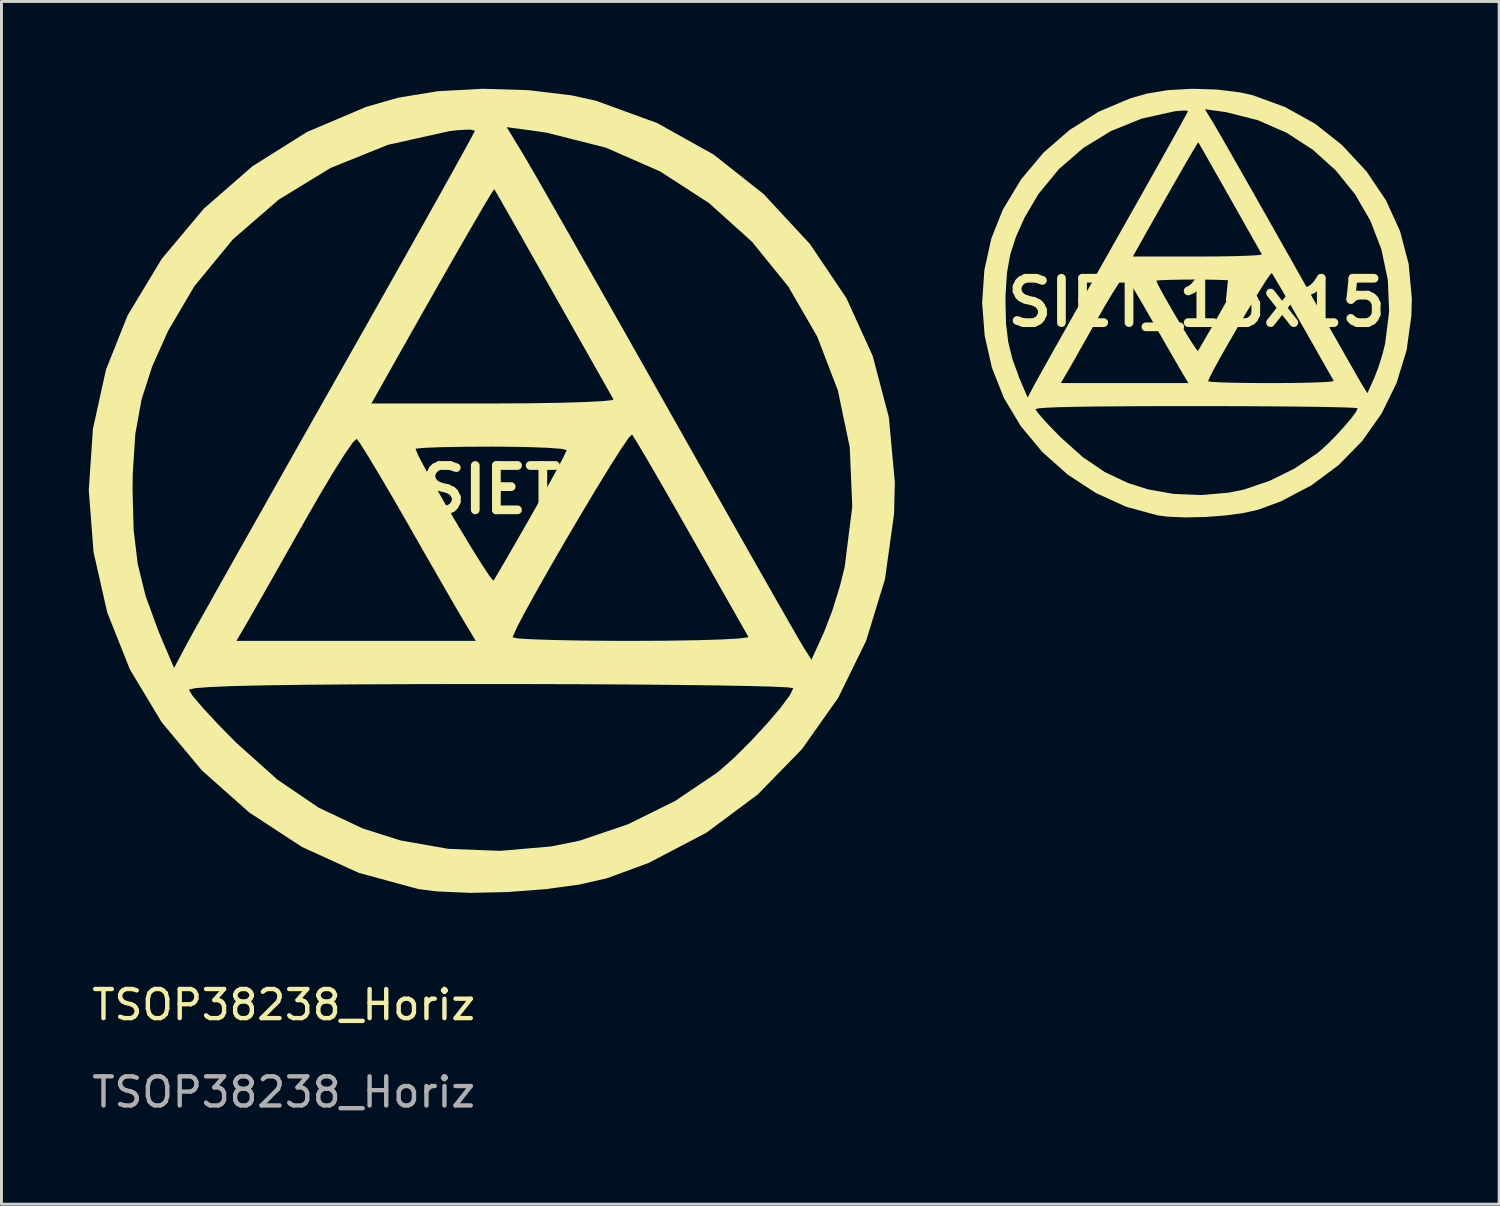
<source format=kicad_pcb>
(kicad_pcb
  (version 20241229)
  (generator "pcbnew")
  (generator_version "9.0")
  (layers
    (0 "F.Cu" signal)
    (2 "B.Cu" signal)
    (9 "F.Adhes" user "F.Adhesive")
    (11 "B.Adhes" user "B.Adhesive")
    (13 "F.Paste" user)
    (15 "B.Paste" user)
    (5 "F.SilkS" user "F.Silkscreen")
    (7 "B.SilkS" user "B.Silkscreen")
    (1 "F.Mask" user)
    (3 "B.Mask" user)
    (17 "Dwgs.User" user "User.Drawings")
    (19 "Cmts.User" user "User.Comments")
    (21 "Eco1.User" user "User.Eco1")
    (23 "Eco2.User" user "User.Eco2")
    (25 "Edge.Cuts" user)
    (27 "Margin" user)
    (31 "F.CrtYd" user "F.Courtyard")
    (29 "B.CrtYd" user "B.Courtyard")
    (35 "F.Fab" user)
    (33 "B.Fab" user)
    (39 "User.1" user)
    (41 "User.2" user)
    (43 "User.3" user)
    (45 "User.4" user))
  (footprint "SIET_15x15"
    (layer "F.Cu")
    (at 38.063 7.345)
    (property "Reference" "SIET_15x15" (at 0 0 0) (layer "F.SilkS") (effects (font (size 1.524 1.524) (thickness 0.3))))
    (attr board_only exclude_from_pos_files exclude_from_bom)
    (fp_poly (pts (xy 0.688 -7.319) (xy 1.479 -7.223) (xy 1.922 -7.125) (xy 3.04 -6.717) (xy 4.076 -6.14) (xy 4.992 -5.416) (xy 5.841 -4.501) (xy 6.507 -3.512) (xy 6.989 -2.453) (xy 7.285 -1.329) (xy 7.394 -0.142) (xy 7.38 0.443) (xy 7.214 1.639) (xy 6.869 2.766) (xy 6.358 3.809) (xy 5.692 4.752) (xy 4.884 5.58) (xy 3.945 6.279) (xy 2.888 6.833) (xy 2.125 7.114) (xy 1.624 7.229) (xy 0.995 7.315) (xy 0.304 7.367) (xy -0.38 7.383) (xy -0.991 7.357) (xy -1.334 7.313) (xy -2.422 7.016) (xy -3.462 6.543) (xy -4.428 5.912) (xy -5.294 5.143) (xy -6.035 4.255) (xy -6.39 3.665) (xy -5.535 3.665) (xy -5.468 3.772) (xy -5.287 3.986) (xy -5.018 4.276) (xy -4.689 4.613) (xy -4.67 4.631) (xy -3.913 5.309) (xy -3.157 5.823) (xy -2.356 6.201) (xy -1.659 6.422) (xy -0.782 6.576) (xy 0.167 6.613) (xy 1.102 6.532) (xy 1.62 6.427) (xy 2.504 6.127) (xy 3.371 5.699) (xy 4.136 5.183) (xy 4.203 5.129) (xy 4.472 4.889) (xy 4.767 4.593) (xy 5.056 4.28) (xy 5.303 3.99) (xy 5.474 3.76) (xy 5.535 3.633) (xy 5.439 3.619) (xy 5.163 3.606) (xy 4.725 3.594) (xy 4.142 3.583) (xy 3.432 3.574) (xy 2.613 3.567) (xy 1.703 3.562) (xy 0.718 3.559) (xy 0 3.558) (xy -1.313 3.559) (xy -2.435 3.564) (xy -3.373 3.571) (xy -4.133 3.581) (xy -4.721 3.595) (xy -5.146 3.612) (xy -5.413 3.633) (xy -5.528 3.657) (xy -5.535 3.665) (xy -6.39 3.665) (xy -6.617 3.287) (xy -7.031 2.246) (xy -7.281 1.142) (xy -7.369 0.009) (xy -7.368 0) (xy -6.567 0) (xy -6.547 0.734) (xy -6.473 1.355) (xy -6.328 1.944) (xy -6.096 2.581) (xy -6.007 2.793) (xy -5.806 3.263) (xy -5.559 2.799) (xy -5.542 2.767) (xy -4.665 2.767) (xy -0.28 2.767) (xy -0.319 2.704) (xy 0.395 2.704) (xy 0.489 2.722) (xy 0.753 2.739) (xy 1.158 2.752) (xy 1.676 2.762) (xy 2.279 2.767) (xy 2.575 2.767) (xy 3.205 2.764) (xy 3.759 2.755) (xy 4.211 2.741) (xy 4.533 2.724) (xy 4.697 2.704) (xy 4.712 2.693) (xy 4.652 2.588) (xy 4.51 2.338) (xy 4.301 1.97) (xy 4.04 1.51) (xy 3.742 0.984) (xy 3.66 0.84) (xy 3.353 0.302) (xy 3.077 -0.178) (xy 2.847 -0.574) (xy 2.679 -0.857) (xy 2.589 -1.002) (xy 2.58 -1.014) (xy 2.518 -0.95) (xy 2.377 -0.743) (xy 2.174 -0.423) (xy 1.926 -0.018) (xy 1.651 0.44) (xy 1.366 0.924) (xy 1.089 1.403) (xy 0.836 1.848) (xy 0.626 2.229) (xy 0.474 2.517) (xy 0.4 2.682) (xy 0.395 2.704) (xy -0.319 2.704) (xy -0.475 2.446) (xy -0.587 2.255) (xy -0.777 1.927) (xy -1.024 1.499) (xy -1.306 1.007) (xy -1.528 0.619) (xy -1.811 0.127) (xy -2.063 -0.303) (xy -2.268 -0.642) (xy -2.336 -0.749) (xy -1.384 -0.749) (xy -1.337 -0.636) (xy -1.213 -0.398) (xy -1.031 -0.074) (xy -0.815 0.301) (xy -0.584 0.691) (xy -0.362 1.059) (xy -0.169 1.368) (xy -0.027 1.582) (xy 0.042 1.665) (xy 0.044 1.664) (xy 0.101 1.571) (xy 0.237 1.338) (xy 0.433 0.999) (xy 0.669 0.587) (xy 0.728 0.484) (xy 0.97 0.056) (xy 1.172 -0.309) (xy 1.315 -0.578) (xy 1.381 -0.717) (xy 1.384 -0.727) (xy 1.291 -0.75) (xy 1.035 -0.769) (xy 0.653 -0.783) (xy 0.18 -0.79) (xy 0 -0.791) (xy -0.497 -0.788) (xy -0.915 -0.78) (xy -1.219 -0.769) (xy -1.372 -0.754) (xy -1.384 -0.749) (xy -2.336 -0.749) (xy -2.408 -0.862) (xy -2.462 -0.934) (xy -2.532 -0.867) (xy -2.681 -0.653) (xy -2.892 -0.319) (xy -3.148 0.109) (xy -3.413 0.572) (xy -3.709 1.097) (xy -3.985 1.583) (xy -4.219 1.997) (xy -4.393 2.302) (xy -4.477 2.446) (xy -4.665 2.767) (xy -5.542 2.767) (xy -5.463 2.623) (xy -5.279 2.294) (xy -5.019 1.829) (xy -4.692 1.247) (xy -4.308 0.567) (xy -3.879 -0.193) (xy -3.415 -1.015) (xy -3.094 -1.581) (xy -2.191 -1.581) (xy 0.047 -1.581) (xy 0.685 -1.584) (xy 1.249 -1.593) (xy 1.71 -1.607) (xy 2.043 -1.624) (xy 2.221 -1.644) (xy 2.242 -1.655) (xy 2.182 -1.76) (xy 2.041 -2.01) (xy 1.831 -2.381) (xy 1.568 -2.846) (xy 1.267 -3.379) (xy 1.137 -3.607) (xy 0.827 -4.157) (xy 0.55 -4.644) (xy 0.322 -5.046) (xy 0.157 -5.335) (xy 0.069 -5.489) (xy 0.058 -5.506) (xy 0.006 -5.43) (xy -0.132 -5.201) (xy -0.344 -4.838) (xy -0.618 -4.361) (xy -0.945 -3.79) (xy -1.312 -3.143) (xy -1.709 -2.44) (xy -1.955 -2.001) (xy -2.191 -1.581) (xy -3.094 -1.581) (xy -2.925 -1.88) (xy -2.804 -2.093) (xy -2.32 -2.95) (xy -1.866 -3.754) (xy -1.453 -4.489) (xy -1.088 -5.14) (xy -0.781 -5.689) (xy -0.542 -6.12) (xy -0.379 -6.418) (xy -0.302 -6.565) (xy -0.296 -6.578) (xy -0.384 -6.598) (xy -0.607 -6.587) (xy -0.766 -6.569) (xy -1.891 -6.318) (xy -2.939 -5.895) (xy -3.891 -5.314) (xy -4.73 -4.586) (xy -5.437 -3.726) (xy -5.913 -2.916) (xy -6.207 -2.26) (xy -6.403 -1.652) (xy -6.516 -1.022) (xy -6.563 -0.295) (xy -6.567 0) (xy -7.368 0) (xy -7.293 -1.117) (xy -7.053 -2.202) (xy -6.658 -3.193) (xy -6.031 -4.232) (xy -5.263 -5.148) (xy -4.371 -5.926) (xy -3.373 -6.553) (xy -3.164 -6.642) (xy 0.286 -6.642) (xy 0.578 -6.162) (xy 0.685 -5.98) (xy 0.878 -5.645) (xy 1.147 -5.176) (xy 1.479 -4.593) (xy 1.865 -3.914) (xy 2.293 -3.159) (xy 2.752 -2.348) (xy 3.213 -1.532) (xy 3.686 -0.694) (xy 4.133 0.097) (xy 4.545 0.823) (xy 4.911 1.468) (xy 5.221 2.012) (xy 5.464 2.439) (xy 5.631 2.729) (xy 5.711 2.865) (xy 5.712 2.866) (xy 5.868 3.113) (xy 6.1 2.6) (xy 6.248 2.217) (xy 6.391 1.755) (xy 6.476 1.414) (xy 6.615 0.306) (xy 6.569 -0.779) (xy 6.35 -1.823) (xy 5.971 -2.81) (xy 5.443 -3.721) (xy 4.781 -4.54) (xy 3.994 -5.249) (xy 3.097 -5.83) (xy 2.102 -6.266) (xy 1.02 -6.54) (xy 0.81 -6.571) (xy 0.286 -6.642) (xy -3.164 -6.642) (xy -2.287 -7.014) (xy -1.703 -7.181) (xy -0.981 -7.299) (xy -0.158 -7.345)) (stroke (width 0) (type solid)) (fill yes) (layer "F.SilkS")))
  (footprint "TSOP38238_Horiz"
    (layer "F.Cu")
    (at 6.696 31.975)
    (property "Reference" "TSOP38238_Horiz" (at 0 -0.5 0) (unlocked yes) (layer "F.SilkS") (effects (font (size 1 1) (thickness 0.15))))
    (attr smd)
    (fp_text user "${REFERENCE}" (at 0 2.5 0) (unlocked yes) (layer "F.Fab") (effects (font (size 1 1) (thickness 0.15)))))
  (footprint "SIET"
    (layer "F.Cu")
    (at 13.823 13.778)
    (property "Reference" "SIET" (at 0 0 0) (layer "F.SilkS") (effects (font (size 1.524 1.524) (thickness 0.3))))
    (attr board_only exclude_from_pos_files exclude_from_bom)
    (fp_poly (pts (xy 1.291 -13.73) (xy 2.774 -13.55) (xy 3.605 -13.366) (xy 5.704 -12.601) (xy 7.646 -11.518) (xy 9.365 -10.159) (xy 10.956 -8.443) (xy 12.206 -6.588) (xy 13.11 -4.602) (xy 13.666 -2.492) (xy 13.871 -0.266) (xy 13.845 0.831) (xy 13.532 3.075) (xy 12.885 5.189) (xy 11.927 7.145) (xy 10.678 8.914) (xy 9.162 10.468) (xy 7.401 11.779) (xy 5.417 12.818) (xy 3.986 13.345) (xy 3.046 13.561) (xy 1.866 13.722) (xy 0.57 13.82) (xy -0.713 13.849) (xy -1.858 13.8) (xy -2.503 13.718) (xy -4.544 13.162) (xy -6.494 12.274) (xy -8.306 11.09) (xy -9.931 9.648) (xy -11.321 7.983) (xy -11.987 6.875) (xy -10.382 6.875) (xy -10.258 7.076) (xy -9.917 7.477) (xy -9.413 8.022) (xy -8.795 8.653) (xy -8.76 8.688) (xy -7.34 9.959) (xy -5.923 10.923) (xy -4.42 11.632) (xy -3.112 12.048) (xy -1.467 12.337) (xy 0.314 12.405) (xy 2.068 12.253) (xy 3.039 12.056) (xy 4.698 11.494) (xy 6.324 10.69) (xy 7.759 9.723) (xy 7.884 9.622) (xy 8.388 9.171) (xy 8.943 8.616) (xy 9.484 8.03) (xy 9.948 7.485) (xy 10.268 7.054) (xy 10.382 6.815) (xy 10.203 6.789) (xy 9.685 6.764) (xy 8.863 6.742) (xy 7.77 6.722) (xy 6.438 6.705) (xy 4.902 6.691) (xy 3.194 6.681) (xy 1.347 6.676) (xy 0 6.674) (xy -2.463 6.677) (xy -4.568 6.685) (xy -6.327 6.699) (xy -7.752 6.718) (xy -8.857 6.744) (xy -9.653 6.776) (xy -10.154 6.815) (xy -10.371 6.86) (xy -10.382 6.875) (xy -11.987 6.875) (xy -12.413 6.166) (xy -13.189 4.213) (xy -13.659 2.142) (xy -13.823 0.017) (xy -13.822 0) (xy -12.319 0) (xy -12.282 1.377) (xy -12.143 2.543) (xy -11.871 3.647) (xy -11.435 4.842) (xy -11.269 5.239) (xy -10.892 6.12) (xy -10.429 5.25) (xy -10.396 5.191) (xy -8.75 5.191) (xy -0.526 5.191) (xy -0.598 5.072) (xy 0.742 5.072) (xy 0.918 5.107) (xy 1.413 5.137) (xy 2.172 5.162) (xy 3.144 5.181) (xy 4.276 5.19) (xy 4.831 5.191) (xy 6.012 5.185) (xy 7.052 5.169) (xy 7.899 5.143) (xy 8.503 5.11) (xy 8.811 5.072) (xy 8.839 5.052) (xy 8.727 4.856) (xy 8.461 4.387) (xy 8.068 3.695) (xy 7.578 2.832) (xy 7.019 1.846) (xy 6.866 1.576) (xy 6.29 0.566) (xy 5.773 -0.335) (xy 5.342 -1.076) (xy 5.026 -1.608) (xy 4.856 -1.88) (xy 4.84 -1.902) (xy 4.724 -1.782) (xy 4.459 -1.394) (xy 4.078 -0.793) (xy 3.613 -0.034) (xy 3.098 0.826) (xy 2.563 1.733) (xy 2.043 2.632) (xy 1.569 3.466) (xy 1.174 4.181) (xy 0.89 4.721) (xy 0.751 5.031) (xy 0.742 5.072) (xy -0.598 5.072) (xy -0.89 4.589) (xy -1.102 4.229) (xy -1.458 3.615) (xy -1.92 2.813) (xy -2.45 1.89) (xy -2.866 1.161) (xy -3.397 0.239) (xy -3.871 -0.568) (xy -4.255 -1.204) (xy -4.382 -1.405) (xy -2.596 -1.405) (xy -2.509 -1.192) (xy -2.275 -0.747) (xy -1.934 -0.139) (xy -1.528 0.565) (xy -1.096 1.296) (xy -0.679 1.986) (xy -0.317 2.566) (xy -0.051 2.968) (xy 0.079 3.123) (xy 0.083 3.122) (xy 0.19 2.946) (xy 0.445 2.51) (xy 0.812 1.875) (xy 1.256 1.101) (xy 1.366 0.908) (xy 1.82 0.106) (xy 2.198 -0.579) (xy 2.466 -1.084) (xy 2.591 -1.345) (xy 2.596 -1.364) (xy 2.421 -1.407) (xy 1.942 -1.443) (xy 1.226 -1.469) (xy 0.337 -1.482) (xy 0 -1.483) (xy -0.933 -1.478) (xy -1.717 -1.464) (xy -2.286 -1.442) (xy -2.574 -1.415) (xy -2.596 -1.405) (xy -4.382 -1.405) (xy -4.517 -1.617) (xy -4.619 -1.751) (xy -4.751 -1.626) (xy -5.029 -1.226) (xy -5.425 -0.599) (xy -5.905 0.205) (xy -6.403 1.073) (xy -6.959 2.057) (xy -7.475 2.97) (xy -7.915 3.745) (xy -8.242 4.318) (xy -8.398 4.589) (xy -8.75 5.191) (xy -10.396 5.191) (xy -10.248 4.92) (xy -9.903 4.303) (xy -9.415 3.431) (xy -8.801 2.34) (xy -8.082 1.065) (xy -7.277 -0.361) (xy -6.406 -1.903) (xy -5.805 -2.966) (xy -4.111 -2.966) (xy 0.088 -2.966) (xy 1.285 -2.972) (xy 2.342 -2.989) (xy 3.209 -3.014) (xy 3.833 -3.046) (xy 4.166 -3.084) (xy 4.205 -3.105) (xy 4.094 -3.301) (xy 3.828 -3.771) (xy 3.435 -4.466) (xy 2.941 -5.338) (xy 2.376 -6.338) (xy 2.134 -6.767) (xy 1.551 -7.797) (xy 1.032 -8.713) (xy 0.605 -9.465) (xy 0.295 -10.009) (xy 0.129 -10.296) (xy 0.109 -10.329) (xy 0.011 -10.187) (xy -0.247 -9.757) (xy -0.644 -9.076) (xy -1.16 -8.181) (xy -1.772 -7.109) (xy -2.461 -5.896) (xy -3.205 -4.578) (xy -3.668 -3.754) (xy -4.111 -2.966) (xy -5.805 -2.966) (xy -5.487 -3.527) (xy -5.261 -3.927) (xy -4.352 -5.534) (xy -3.501 -7.042) (xy -2.725 -8.422) (xy -2.041 -9.642) (xy -1.466 -10.672) (xy -1.017 -11.481) (xy -0.711 -12.039) (xy -0.566 -12.315) (xy -0.556 -12.339) (xy -0.721 -12.377) (xy -1.139 -12.357) (xy -1.437 -12.322) (xy -3.548 -11.851) (xy -5.513 -11.059) (xy -7.299 -9.968) (xy -8.872 -8.604) (xy -10.199 -6.989) (xy -11.093 -5.469) (xy -11.644 -4.239) (xy -12.011 -3.1) (xy -12.224 -1.916) (xy -12.312 -0.554) (xy -12.319 0) (xy -13.822 0) (xy -13.68 -2.095) (xy -13.231 -4.13) (xy -12.49 -5.99) (xy -11.314 -7.938) (xy -9.873 -9.656) (xy -8.199 -11.117) (xy -6.327 -12.293) (xy -5.936 -12.459) (xy 0.537 -12.459) (xy 1.084 -11.56) (xy 1.285 -11.218) (xy 1.648 -10.589) (xy 2.151 -9.71) (xy 2.775 -8.615) (xy 3.498 -7.342) (xy 4.301 -5.927) (xy 5.162 -4.405) (xy 6.027 -2.874) (xy 6.914 -1.303) (xy 7.754 0.181) (xy 8.526 1.545) (xy 9.212 2.754) (xy 9.793 3.775) (xy 10.25 4.575) (xy 10.563 5.119) (xy 10.714 5.375) (xy 10.714 5.376) (xy 11.007 5.839) (xy 11.444 4.877) (xy 11.721 4.159) (xy 11.989 3.292) (xy 12.148 2.653) (xy 12.409 0.575) (xy 12.323 -1.46) (xy 11.912 -3.42) (xy 11.201 -5.271) (xy 10.212 -6.981) (xy 8.968 -8.517) (xy 7.493 -9.847) (xy 5.81 -10.937) (xy 3.943 -11.755) (xy 1.914 -12.268) (xy 1.52 -12.327) (xy 0.537 -12.459) (xy -5.936 -12.459) (xy -4.291 -13.157) (xy -3.194 -13.471) (xy -1.841 -13.693) (xy -0.296 -13.778)) (stroke (width 0) (type solid)) (fill yes) (layer "F.SilkS")))
  (gr_rect
    (start -3 -3)
    (end 48.457 38.324)
    (stroke (width 0.1) (type default))
    (fill no)
    (layer "Edge.Cuts")))
</source>
